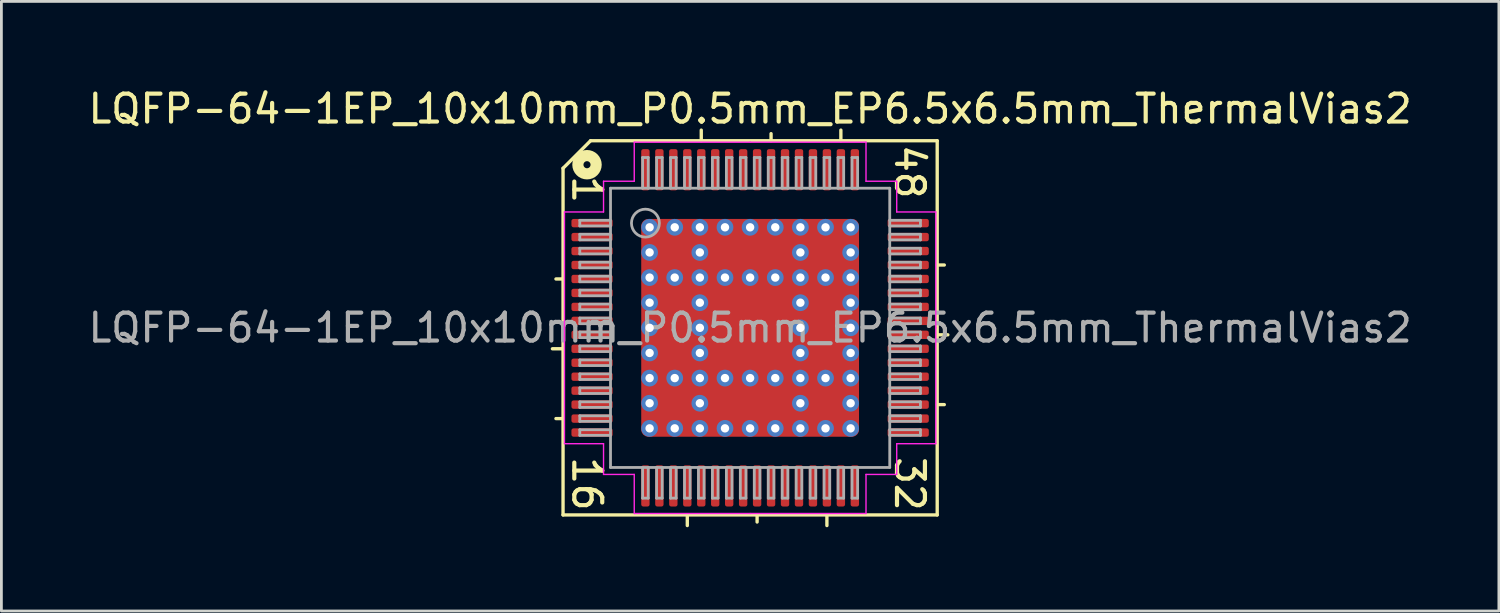
<source format=kicad_pcb>
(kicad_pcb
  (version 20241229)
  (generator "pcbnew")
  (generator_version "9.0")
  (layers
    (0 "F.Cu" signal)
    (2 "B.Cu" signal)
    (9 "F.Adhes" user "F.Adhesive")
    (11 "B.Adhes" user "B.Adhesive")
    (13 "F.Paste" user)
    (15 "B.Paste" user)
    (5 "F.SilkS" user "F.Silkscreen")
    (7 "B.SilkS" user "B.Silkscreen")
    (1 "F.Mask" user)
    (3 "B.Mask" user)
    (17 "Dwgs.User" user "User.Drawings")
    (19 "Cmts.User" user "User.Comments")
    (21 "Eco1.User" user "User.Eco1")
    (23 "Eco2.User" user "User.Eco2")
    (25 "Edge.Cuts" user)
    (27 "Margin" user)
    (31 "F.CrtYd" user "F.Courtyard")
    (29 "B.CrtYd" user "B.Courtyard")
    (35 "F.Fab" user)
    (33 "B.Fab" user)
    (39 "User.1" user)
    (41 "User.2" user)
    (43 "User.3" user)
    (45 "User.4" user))
  (footprint "LQFP-64-1EP_10x10mm_P0.5mm_EP6.5x6.5mm_ThermalVias2"
    (layer "F.Cu")
    (at 23.815 8.691)
    (property "Reference" "LQFP-64-1EP_10x10mm_P0.5mm_EP6.5x6.5mm_ThermalVias2" (at 0 -7.843 0) (layer "F.SilkS") (effects (font (size 1 1) (thickness 0.15))))
    (attr smd)
    (fp_line (start -6.7 -5.715) (end -6.7 6.7) (stroke (width 0.12) (type solid)) (layer "F.SilkS"))
    (fp_line (start -6.7 -1.75) (end -6.954 -1.75) (stroke (width 0.12) (type solid)) (layer "F.SilkS"))
    (fp_line (start -6.7 0.75) (end -7.081 0.75) (stroke (width 0.12) (type solid)) (layer "F.SilkS"))
    (fp_line (start -6.7 3.25) (end -6.954 3.25) (stroke (width 0.12) (type solid)) (layer "F.SilkS"))
    (fp_line (start -6.7 6.7) (end 6.7 6.7) (stroke (width 0.12) (type solid)) (layer "F.SilkS"))
    (fp_line (start -5.715 -6.7) (end -6.7 -5.715) (stroke (width 0.12) (type solid)) (layer "F.SilkS"))
    (fp_line (start -2.25 6.7) (end -2.25 7.081) (stroke (width 0.12) (type solid)) (layer "F.SilkS"))
    (fp_line (start -1.75 -6.7) (end -1.75 -7.081) (stroke (width 0.12) (type solid)) (layer "F.SilkS"))
    (fp_line (start 0.25 6.7) (end 0.25 6.954) (stroke (width 0.12) (type solid)) (layer "F.SilkS"))
    (fp_line (start 0.75 -6.7) (end 0.75 -6.954) (stroke (width 0.12) (type solid)) (layer "F.SilkS"))
    (fp_line (start 2.75 7.081) (end 2.75 6.7) (stroke (width 0.12) (type solid)) (layer "F.SilkS"))
    (fp_line (start 3.25 -6.7) (end 3.25 -7.081) (stroke (width 0.12) (type solid)) (layer "F.SilkS"))
    (fp_line (start 6.7 -6.7) (end -5.715 -6.7) (stroke (width 0.12) (type solid)) (layer "F.SilkS"))
    (fp_line (start 6.7 -2.25) (end 6.954 -2.25) (stroke (width 0.12) (type solid)) (layer "F.SilkS"))
    (fp_line (start 6.7 0.25) (end 7.081 0.25) (stroke (width 0.12) (type solid)) (layer "F.SilkS"))
    (fp_line (start 6.7 2.75) (end 6.954 2.75) (stroke (width 0.12) (type solid)) (layer "F.SilkS"))
    (fp_line (start 6.7 6.7) (end 6.7 -6.7) (stroke (width 0.12) (type solid)) (layer "F.SilkS"))
    (fp_circle (center -5.842 -5.842) (end -5.715 -5.842) (stroke (width 0.4) (type solid)) (fill no) (layer "F.SilkS"))
    (fp_line (start -6.65 -4.15) (end -6.65 0) (stroke (width 0.05) (type solid)) (layer "F.CrtYd"))
    (fp_line (start -6.65 4.15) (end -6.65 0) (stroke (width 0.05) (type solid)) (layer "F.CrtYd"))
    (fp_line (start -5.25 -5.25) (end -5.25 -4.15) (stroke (width 0.05) (type solid)) (layer "F.CrtYd"))
    (fp_line (start -5.25 -4.15) (end -6.65 -4.15) (stroke (width 0.05) (type solid)) (layer "F.CrtYd"))
    (fp_line (start -5.25 4.15) (end -6.65 4.15) (stroke (width 0.05) (type solid)) (layer "F.CrtYd"))
    (fp_line (start -5.25 5.25) (end -5.25 4.15) (stroke (width 0.05) (type solid)) (layer "F.CrtYd"))
    (fp_line (start -4.15 -6.65) (end -4.15 -5.25) (stroke (width 0.05) (type solid)) (layer "F.CrtYd"))
    (fp_line (start -4.15 -5.25) (end -5.25 -5.25) (stroke (width 0.05) (type solid)) (layer "F.CrtYd"))
    (fp_line (start -4.15 5.25) (end -5.25 5.25) (stroke (width 0.05) (type solid)) (layer "F.CrtYd"))
    (fp_line (start -4.15 6.65) (end -4.15 5.25) (stroke (width 0.05) (type solid)) (layer "F.CrtYd"))
    (fp_line (start 0 -6.65) (end -4.15 -6.65) (stroke (width 0.05) (type solid)) (layer "F.CrtYd"))
    (fp_line (start 0 -6.65) (end 4.15 -6.65) (stroke (width 0.05) (type solid)) (layer "F.CrtYd"))
    (fp_line (start 0 6.65) (end -4.15 6.65) (stroke (width 0.05) (type solid)) (layer "F.CrtYd"))
    (fp_line (start 0 6.65) (end 4.15 6.65) (stroke (width 0.05) (type solid)) (layer "F.CrtYd"))
    (fp_line (start 4.15 -6.65) (end 4.15 -5.25) (stroke (width 0.05) (type solid)) (layer "F.CrtYd"))
    (fp_line (start 4.15 -5.25) (end 5.25 -5.25) (stroke (width 0.05) (type solid)) (layer "F.CrtYd"))
    (fp_line (start 4.15 5.25) (end 5.25 5.25) (stroke (width 0.05) (type solid)) (layer "F.CrtYd"))
    (fp_line (start 4.15 6.65) (end 4.15 5.25) (stroke (width 0.05) (type solid)) (layer "F.CrtYd"))
    (fp_line (start 5.25 -5.25) (end 5.25 -4.15) (stroke (width 0.05) (type solid)) (layer "F.CrtYd"))
    (fp_line (start 5.25 -4.15) (end 6.65 -4.15) (stroke (width 0.05) (type solid)) (layer "F.CrtYd"))
    (fp_line (start 5.25 4.15) (end 6.65 4.15) (stroke (width 0.05) (type solid)) (layer "F.CrtYd"))
    (fp_line (start 5.25 5.25) (end 5.25 4.15) (stroke (width 0.05) (type solid)) (layer "F.CrtYd"))
    (fp_line (start 6.65 -4.15) (end 6.65 0) (stroke (width 0.05) (type solid)) (layer "F.CrtYd"))
    (fp_line (start 6.65 4.15) (end 6.65 0) (stroke (width 0.05) (type solid)) (layer "F.CrtYd"))
    (fp_line (start -6.1 -3.85) (end -6.1 -3.65) (stroke (width 0.1) (type solid)) (layer "F.Fab"))
    (fp_line (start -6.1 -3.85) (end -5 -3.85) (stroke (width 0.1) (type solid)) (layer "F.Fab"))
    (fp_line (start -6.1 -3.65) (end -5 -3.65) (stroke (width 0.1) (type solid)) (layer "F.Fab"))
    (fp_line (start -6.1 -3.35) (end -6.1 -3.15) (stroke (width 0.1) (type solid)) (layer "F.Fab"))
    (fp_line (start -6.1 -3.35) (end -5 -3.35) (stroke (width 0.1) (type solid)) (layer "F.Fab"))
    (fp_line (start -6.1 -3.15) (end -5 -3.15) (stroke (width 0.1) (type solid)) (layer "F.Fab"))
    (fp_line (start -6.1 -2.85) (end -6.1 -2.65) (stroke (width 0.1) (type solid)) (layer "F.Fab"))
    (fp_line (start -6.1 -2.85) (end -5 -2.85) (stroke (width 0.1) (type solid)) (layer "F.Fab"))
    (fp_line (start -6.1 -2.65) (end -5 -2.65) (stroke (width 0.1) (type solid)) (layer "F.Fab"))
    (fp_line (start -6.1 -2.35) (end -6.1 -2.15) (stroke (width 0.1) (type solid)) (layer "F.Fab"))
    (fp_line (start -6.1 -2.35) (end -5 -2.35) (stroke (width 0.1) (type solid)) (layer "F.Fab"))
    (fp_line (start -6.1 -2.15) (end -5 -2.15) (stroke (width 0.1) (type solid)) (layer "F.Fab"))
    (fp_line (start -6.1 -1.85) (end -6.1 -1.65) (stroke (width 0.1) (type solid)) (layer "F.Fab"))
    (fp_line (start -6.1 -1.85) (end -5 -1.85) (stroke (width 0.1) (type solid)) (layer "F.Fab"))
    (fp_line (start -6.1 -1.65) (end -5 -1.65) (stroke (width 0.1) (type solid)) (layer "F.Fab"))
    (fp_line (start -6.1 -1.35) (end -6.1 -1.15) (stroke (width 0.1) (type solid)) (layer "F.Fab"))
    (fp_line (start -6.1 -1.35) (end -5 -1.35) (stroke (width 0.1) (type solid)) (layer "F.Fab"))
    (fp_line (start -6.1 -1.15) (end -5 -1.15) (stroke (width 0.1) (type solid)) (layer "F.Fab"))
    (fp_line (start -6.1 -0.85) (end -6.1 -0.65) (stroke (width 0.1) (type solid)) (layer "F.Fab"))
    (fp_line (start -6.1 -0.85) (end -5 -0.85) (stroke (width 0.1) (type solid)) (layer "F.Fab"))
    (fp_line (start -6.1 -0.65) (end -5 -0.65) (stroke (width 0.1) (type solid)) (layer "F.Fab"))
    (fp_line (start -6.1 -0.35) (end -6.1 -0.15) (stroke (width 0.1) (type solid)) (layer "F.Fab"))
    (fp_line (start -6.1 -0.35) (end -5 -0.35) (stroke (width 0.1) (type solid)) (layer "F.Fab"))
    (fp_line (start -6.1 -0.15) (end -5 -0.15) (stroke (width 0.1) (type solid)) (layer "F.Fab"))
    (fp_line (start -6.1 0.15) (end -6.1 0.35) (stroke (width 0.1) (type solid)) (layer "F.Fab"))
    (fp_line (start -6.1 0.15) (end -5 0.15) (stroke (width 0.1) (type solid)) (layer "F.Fab"))
    (fp_line (start -6.1 0.35) (end -5 0.35) (stroke (width 0.1) (type solid)) (layer "F.Fab"))
    (fp_line (start -6.1 0.65) (end -6.1 0.85) (stroke (width 0.1) (type solid)) (layer "F.Fab"))
    (fp_line (start -6.1 0.65) (end -5 0.65) (stroke (width 0.1) (type solid)) (layer "F.Fab"))
    (fp_line (start -6.1 0.85) (end -5 0.85) (stroke (width 0.1) (type solid)) (layer "F.Fab"))
    (fp_line (start -6.1 1.15) (end -6.1 1.35) (stroke (width 0.1) (type solid)) (layer "F.Fab"))
    (fp_line (start -6.1 1.15) (end -5 1.15) (stroke (width 0.1) (type solid)) (layer "F.Fab"))
    (fp_line (start -6.1 1.35) (end -5 1.35) (stroke (width 0.1) (type solid)) (layer "F.Fab"))
    (fp_line (start -6.1 1.65) (end -6.1 1.85) (stroke (width 0.1) (type solid)) (layer "F.Fab"))
    (fp_line (start -6.1 1.65) (end -5 1.65) (stroke (width 0.1) (type solid)) (layer "F.Fab"))
    (fp_line (start -6.1 1.85) (end -5 1.85) (stroke (width 0.1) (type solid)) (layer "F.Fab"))
    (fp_line (start -6.1 2.15) (end -6.1 2.35) (stroke (width 0.1) (type solid)) (layer "F.Fab"))
    (fp_line (start -6.1 2.15) (end -5 2.15) (stroke (width 0.1) (type solid)) (layer "F.Fab"))
    (fp_line (start -6.1 2.35) (end -5 2.35) (stroke (width 0.1) (type solid)) (layer "F.Fab"))
    (fp_line (start -6.1 2.65) (end -6.1 2.85) (stroke (width 0.1) (type solid)) (layer "F.Fab"))
    (fp_line (start -6.1 2.65) (end -5 2.65) (stroke (width 0.1) (type solid)) (layer "F.Fab"))
    (fp_line (start -6.1 2.85) (end -5 2.85) (stroke (width 0.1) (type solid)) (layer "F.Fab"))
    (fp_line (start -6.1 3.15) (end -6.1 3.35) (stroke (width 0.1) (type solid)) (layer "F.Fab"))
    (fp_line (start -6.1 3.15) (end -5 3.15) (stroke (width 0.1) (type solid)) (layer "F.Fab"))
    (fp_line (start -6.1 3.35) (end -5 3.35) (stroke (width 0.1) (type solid)) (layer "F.Fab"))
    (fp_line (start -6.1 3.65) (end -6.1 3.85) (stroke (width 0.1) (type solid)) (layer "F.Fab"))
    (fp_line (start -6.1 3.65) (end -5 3.65) (stroke (width 0.1) (type solid)) (layer "F.Fab"))
    (fp_line (start -6.1 3.85) (end -5 3.85) (stroke (width 0.1) (type solid)) (layer "F.Fab"))
    (fp_line (start -5 -5) (end 5 -5) (stroke (width 0.1) (type solid)) (layer "F.Fab"))
    (fp_line (start -5 5) (end -5 -5) (stroke (width 0.1) (type solid)) (layer "F.Fab"))
    (fp_line (start -3.85 -6.1) (end -3.85 -5) (stroke (width 0.1) (type solid)) (layer "F.Fab"))
    (fp_line (start -3.85 6.1) (end -3.85 5) (stroke (width 0.1) (type solid)) (layer "F.Fab"))
    (fp_line (start -3.85 6.1) (end -3.65 6.1) (stroke (width 0.1) (type solid)) (layer "F.Fab"))
    (fp_line (start -3.65 -6.1) (end -3.85 -6.1) (stroke (width 0.1) (type solid)) (layer "F.Fab"))
    (fp_line (start -3.65 -6.1) (end -3.65 -5) (stroke (width 0.1) (type solid)) (layer "F.Fab"))
    (fp_line (start -3.65 6.1) (end -3.65 5) (stroke (width 0.1) (type solid)) (layer "F.Fab"))
    (fp_line (start -3.35 -6.1) (end -3.35 -5) (stroke (width 0.1) (type solid)) (layer "F.Fab"))
    (fp_line (start -3.35 6.1) (end -3.35 5) (stroke (width 0.1) (type solid)) (layer "F.Fab"))
    (fp_line (start -3.35 6.1) (end -3.15 6.1) (stroke (width 0.1) (type solid)) (layer "F.Fab"))
    (fp_line (start -3.15 -6.1) (end -3.35 -6.1) (stroke (width 0.1) (type solid)) (layer "F.Fab"))
    (fp_line (start -3.15 -6.1) (end -3.15 -5) (stroke (width 0.1) (type solid)) (layer "F.Fab"))
    (fp_line (start -3.15 6.1) (end -3.15 5) (stroke (width 0.1) (type solid)) (layer "F.Fab"))
    (fp_line (start -2.85 -6.1) (end -2.85 -5) (stroke (width 0.1) (type solid)) (layer "F.Fab"))
    (fp_line (start -2.85 6.1) (end -2.85 5) (stroke (width 0.1) (type solid)) (layer "F.Fab"))
    (fp_line (start -2.85 6.1) (end -2.65 6.1) (stroke (width 0.1) (type solid)) (layer "F.Fab"))
    (fp_line (start -2.65 -6.1) (end -2.85 -6.1) (stroke (width 0.1) (type solid)) (layer "F.Fab"))
    (fp_line (start -2.65 -6.1) (end -2.65 -5) (stroke (width 0.1) (type solid)) (layer "F.Fab"))
    (fp_line (start -2.65 6.1) (end -2.65 5) (stroke (width 0.1) (type solid)) (layer "F.Fab"))
    (fp_line (start -2.35 -6.1) (end -2.35 -5) (stroke (width 0.1) (type solid)) (layer "F.Fab"))
    (fp_line (start -2.35 6.1) (end -2.35 5) (stroke (width 0.1) (type solid)) (layer "F.Fab"))
    (fp_line (start -2.35 6.1) (end -2.15 6.1) (stroke (width 0.1) (type solid)) (layer "F.Fab"))
    (fp_line (start -2.15 -6.1) (end -2.35 -6.1) (stroke (width 0.1) (type solid)) (layer "F.Fab"))
    (fp_line (start -2.15 -6.1) (end -2.15 -5) (stroke (width 0.1) (type solid)) (layer "F.Fab"))
    (fp_line (start -2.15 6.1) (end -2.15 5) (stroke (width 0.1) (type solid)) (layer "F.Fab"))
    (fp_line (start -1.85 -6.1) (end -1.85 -5) (stroke (width 0.1) (type solid)) (layer "F.Fab"))
    (fp_line (start -1.85 6.1) (end -1.85 5) (stroke (width 0.1) (type solid)) (layer "F.Fab"))
    (fp_line (start -1.85 6.1) (end -1.65 6.1) (stroke (width 0.1) (type solid)) (layer "F.Fab"))
    (fp_line (start -1.65 -6.1) (end -1.85 -6.1) (stroke (width 0.1) (type solid)) (layer "F.Fab"))
    (fp_line (start -1.65 -6.1) (end -1.65 -5) (stroke (width 0.1) (type solid)) (layer "F.Fab"))
    (fp_line (start -1.65 6.1) (end -1.65 5) (stroke (width 0.1) (type solid)) (layer "F.Fab"))
    (fp_line (start -1.35 -6.1) (end -1.35 -5) (stroke (width 0.1) (type solid)) (layer "F.Fab"))
    (fp_line (start -1.35 6.1) (end -1.35 5) (stroke (width 0.1) (type solid)) (layer "F.Fab"))
    (fp_line (start -1.35 6.1) (end -1.15 6.1) (stroke (width 0.1) (type solid)) (layer "F.Fab"))
    (fp_line (start -1.15 -6.1) (end -1.35 -6.1) (stroke (width 0.1) (type solid)) (layer "F.Fab"))
    (fp_line (start -1.15 -6.1) (end -1.15 -5) (stroke (width 0.1) (type solid)) (layer "F.Fab"))
    (fp_line (start -1.15 6.1) (end -1.15 5) (stroke (width 0.1) (type solid)) (layer "F.Fab"))
    (fp_line (start -0.85 -6.1) (end -0.85 -5) (stroke (width 0.1) (type solid)) (layer "F.Fab"))
    (fp_line (start -0.85 6.1) (end -0.85 5) (stroke (width 0.1) (type solid)) (layer "F.Fab"))
    (fp_line (start -0.85 6.1) (end -0.65 6.1) (stroke (width 0.1) (type solid)) (layer "F.Fab"))
    (fp_line (start -0.65 -6.1) (end -0.85 -6.1) (stroke (width 0.1) (type solid)) (layer "F.Fab"))
    (fp_line (start -0.65 -6.1) (end -0.65 -5) (stroke (width 0.1) (type solid)) (layer "F.Fab"))
    (fp_line (start -0.65 6.1) (end -0.65 5) (stroke (width 0.1) (type solid)) (layer "F.Fab"))
    (fp_line (start -0.35 -6.1) (end -0.35 -5) (stroke (width 0.1) (type solid)) (layer "F.Fab"))
    (fp_line (start -0.35 6.1) (end -0.35 5) (stroke (width 0.1) (type solid)) (layer "F.Fab"))
    (fp_line (start -0.35 6.1) (end -0.15 6.1) (stroke (width 0.1) (type solid)) (layer "F.Fab"))
    (fp_line (start -0.15 -6.1) (end -0.35 -6.1) (stroke (width 0.1) (type solid)) (layer "F.Fab"))
    (fp_line (start -0.15 -6.1) (end -0.15 -5) (stroke (width 0.1) (type solid)) (layer "F.Fab"))
    (fp_line (start -0.15 6.1) (end -0.15 5) (stroke (width 0.1) (type solid)) (layer "F.Fab"))
    (fp_line (start 0.15 -6.1) (end 0.15 -5) (stroke (width 0.1) (type solid)) (layer "F.Fab"))
    (fp_line (start 0.15 6.1) (end 0.15 5) (stroke (width 0.1) (type solid)) (layer "F.Fab"))
    (fp_line (start 0.15 6.1) (end 0.35 6.1) (stroke (width 0.1) (type solid)) (layer "F.Fab"))
    (fp_line (start 0.35 -6.1) (end 0.15 -6.1) (stroke (width 0.1) (type solid)) (layer "F.Fab"))
    (fp_line (start 0.35 -6.1) (end 0.35 -5) (stroke (width 0.1) (type solid)) (layer "F.Fab"))
    (fp_line (start 0.35 6.1) (end 0.35 5) (stroke (width 0.1) (type solid)) (layer "F.Fab"))
    (fp_line (start 0.65 -6.1) (end 0.65 -5) (stroke (width 0.1) (type solid)) (layer "F.Fab"))
    (fp_line (start 0.65 6.1) (end 0.65 5) (stroke (width 0.1) (type solid)) (layer "F.Fab"))
    (fp_line (start 0.65 6.1) (end 0.85 6.1) (stroke (width 0.1) (type solid)) (layer "F.Fab"))
    (fp_line (start 0.85 -6.1) (end 0.65 -6.1) (stroke (width 0.1) (type solid)) (layer "F.Fab"))
    (fp_line (start 0.85 -6.1) (end 0.85 -5) (stroke (width 0.1) (type solid)) (layer "F.Fab"))
    (fp_line (start 0.85 6.1) (end 0.85 5) (stroke (width 0.1) (type solid)) (layer "F.Fab"))
    (fp_line (start 1.15 -6.1) (end 1.15 -5) (stroke (width 0.1) (type solid)) (layer "F.Fab"))
    (fp_line (start 1.15 6.1) (end 1.15 5) (stroke (width 0.1) (type solid)) (layer "F.Fab"))
    (fp_line (start 1.15 6.1) (end 1.35 6.1) (stroke (width 0.1) (type solid)) (layer "F.Fab"))
    (fp_line (start 1.35 -6.1) (end 1.15 -6.1) (stroke (width 0.1) (type solid)) (layer "F.Fab"))
    (fp_line (start 1.35 -6.1) (end 1.35 -5) (stroke (width 0.1) (type solid)) (layer "F.Fab"))
    (fp_line (start 1.35 6.1) (end 1.35 5) (stroke (width 0.1) (type solid)) (layer "F.Fab"))
    (fp_line (start 1.65 -6.1) (end 1.65 -5) (stroke (width 0.1) (type solid)) (layer "F.Fab"))
    (fp_line (start 1.65 6.1) (end 1.65 5) (stroke (width 0.1) (type solid)) (layer "F.Fab"))
    (fp_line (start 1.65 6.1) (end 1.85 6.1) (stroke (width 0.1) (type solid)) (layer "F.Fab"))
    (fp_line (start 1.85 -6.1) (end 1.65 -6.1) (stroke (width 0.1) (type solid)) (layer "F.Fab"))
    (fp_line (start 1.85 -6.1) (end 1.85 -5) (stroke (width 0.1) (type solid)) (layer "F.Fab"))
    (fp_line (start 1.85 6.1) (end 1.85 5) (stroke (width 0.1) (type solid)) (layer "F.Fab"))
    (fp_line (start 2.15 -6.1) (end 2.15 -5) (stroke (width 0.1) (type solid)) (layer "F.Fab"))
    (fp_line (start 2.15 6.1) (end 2.15 5) (stroke (width 0.1) (type solid)) (layer "F.Fab"))
    (fp_line (start 2.15 6.1) (end 2.35 6.1) (stroke (width 0.1) (type solid)) (layer "F.Fab"))
    (fp_line (start 2.35 -6.1) (end 2.15 -6.1) (stroke (width 0.1) (type solid)) (layer "F.Fab"))
    (fp_line (start 2.35 -6.1) (end 2.35 -5) (stroke (width 0.1) (type solid)) (layer "F.Fab"))
    (fp_line (start 2.35 6.1) (end 2.35 5) (stroke (width 0.1) (type solid)) (layer "F.Fab"))
    (fp_line (start 2.65 -6.1) (end 2.65 -5) (stroke (width 0.1) (type solid)) (layer "F.Fab"))
    (fp_line (start 2.65 6.1) (end 2.65 5) (stroke (width 0.1) (type solid)) (layer "F.Fab"))
    (fp_line (start 2.65 6.1) (end 2.85 6.1) (stroke (width 0.1) (type solid)) (layer "F.Fab"))
    (fp_line (start 2.85 -6.1) (end 2.65 -6.1) (stroke (width 0.1) (type solid)) (layer "F.Fab"))
    (fp_line (start 2.85 -6.1) (end 2.85 -5) (stroke (width 0.1) (type solid)) (layer "F.Fab"))
    (fp_line (start 2.85 6.1) (end 2.85 5) (stroke (width 0.1) (type solid)) (layer "F.Fab"))
    (fp_line (start 3.15 -6.1) (end 3.15 -5) (stroke (width 0.1) (type solid)) (layer "F.Fab"))
    (fp_line (start 3.15 6.1) (end 3.15 5) (stroke (width 0.1) (type solid)) (layer "F.Fab"))
    (fp_line (start 3.15 6.1) (end 3.35 6.1) (stroke (width 0.1) (type solid)) (layer "F.Fab"))
    (fp_line (start 3.35 -6.1) (end 3.15 -6.1) (stroke (width 0.1) (type solid)) (layer "F.Fab"))
    (fp_line (start 3.35 -6.1) (end 3.35 -5) (stroke (width 0.1) (type solid)) (layer "F.Fab"))
    (fp_line (start 3.35 6.1) (end 3.35 5) (stroke (width 0.1) (type solid)) (layer "F.Fab"))
    (fp_line (start 3.65 -6.1) (end 3.65 -5) (stroke (width 0.1) (type solid)) (layer "F.Fab"))
    (fp_line (start 3.65 6.1) (end 3.65 5) (stroke (width 0.1) (type solid)) (layer "F.Fab"))
    (fp_line (start 3.65 6.1) (end 3.85 6.1) (stroke (width 0.1) (type solid)) (layer "F.Fab"))
    (fp_line (start 3.85 -6.1) (end 3.65 -6.1) (stroke (width 0.1) (type solid)) (layer "F.Fab"))
    (fp_line (start 3.85 -6.1) (end 3.85 -5) (stroke (width 0.1) (type solid)) (layer "F.Fab"))
    (fp_line (start 3.85 6.1) (end 3.85 5) (stroke (width 0.1) (type solid)) (layer "F.Fab"))
    (fp_line (start 5 -5) (end 5 5) (stroke (width 0.1) (type solid)) (layer "F.Fab"))
    (fp_line (start 5 5) (end -5 5) (stroke (width 0.1) (type solid)) (layer "F.Fab"))
    (fp_line (start 6.1 -3.85) (end 5 -3.85) (stroke (width 0.1) (type solid)) (layer "F.Fab"))
    (fp_line (start 6.1 -3.65) (end 5 -3.65) (stroke (width 0.1) (type solid)) (layer "F.Fab"))
    (fp_line (start 6.1 -3.65) (end 6.1 -3.85) (stroke (width 0.1) (type solid)) (layer "F.Fab"))
    (fp_line (start 6.1 -3.35) (end 5 -3.35) (stroke (width 0.1) (type solid)) (layer "F.Fab"))
    (fp_line (start 6.1 -3.15) (end 5 -3.15) (stroke (width 0.1) (type solid)) (layer "F.Fab"))
    (fp_line (start 6.1 -3.15) (end 6.1 -3.35) (stroke (width 0.1) (type solid)) (layer "F.Fab"))
    (fp_line (start 6.1 -2.85) (end 5 -2.85) (stroke (width 0.1) (type solid)) (layer "F.Fab"))
    (fp_line (start 6.1 -2.65) (end 5 -2.65) (stroke (width 0.1) (type solid)) (layer "F.Fab"))
    (fp_line (start 6.1 -2.65) (end 6.1 -2.85) (stroke (width 0.1) (type solid)) (layer "F.Fab"))
    (fp_line (start 6.1 -2.35) (end 5 -2.35) (stroke (width 0.1) (type solid)) (layer "F.Fab"))
    (fp_line (start 6.1 -2.15) (end 5 -2.15) (stroke (width 0.1) (type solid)) (layer "F.Fab"))
    (fp_line (start 6.1 -2.15) (end 6.1 -2.35) (stroke (width 0.1) (type solid)) (layer "F.Fab"))
    (fp_line (start 6.1 -1.85) (end 5 -1.85) (stroke (width 0.1) (type solid)) (layer "F.Fab"))
    (fp_line (start 6.1 -1.65) (end 5 -1.65) (stroke (width 0.1) (type solid)) (layer "F.Fab"))
    (fp_line (start 6.1 -1.65) (end 6.1 -1.85) (stroke (width 0.1) (type solid)) (layer "F.Fab"))
    (fp_line (start 6.1 -1.35) (end 5 -1.35) (stroke (width 0.1) (type solid)) (layer "F.Fab"))
    (fp_line (start 6.1 -1.15) (end 5 -1.15) (stroke (width 0.1) (type solid)) (layer "F.Fab"))
    (fp_line (start 6.1 -1.15) (end 6.1 -1.35) (stroke (width 0.1) (type solid)) (layer "F.Fab"))
    (fp_line (start 6.1 -0.85) (end 5 -0.85) (stroke (width 0.1) (type solid)) (layer "F.Fab"))
    (fp_line (start 6.1 -0.65) (end 5 -0.65) (stroke (width 0.1) (type solid)) (layer "F.Fab"))
    (fp_line (start 6.1 -0.65) (end 6.1 -0.85) (stroke (width 0.1) (type solid)) (layer "F.Fab"))
    (fp_line (start 6.1 -0.35) (end 5 -0.35) (stroke (width 0.1) (type solid)) (layer "F.Fab"))
    (fp_line (start 6.1 -0.15) (end 5 -0.15) (stroke (width 0.1) (type solid)) (layer "F.Fab"))
    (fp_line (start 6.1 -0.15) (end 6.1 -0.35) (stroke (width 0.1) (type solid)) (layer "F.Fab"))
    (fp_line (start 6.1 0.15) (end 5 0.15) (stroke (width 0.1) (type solid)) (layer "F.Fab"))
    (fp_line (start 6.1 0.35) (end 5 0.35) (stroke (width 0.1) (type solid)) (layer "F.Fab"))
    (fp_line (start 6.1 0.35) (end 6.1 0.15) (stroke (width 0.1) (type solid)) (layer "F.Fab"))
    (fp_line (start 6.1 0.65) (end 5 0.65) (stroke (width 0.1) (type solid)) (layer "F.Fab"))
    (fp_line (start 6.1 0.85) (end 5 0.85) (stroke (width 0.1) (type solid)) (layer "F.Fab"))
    (fp_line (start 6.1 0.85) (end 6.1 0.65) (stroke (width 0.1) (type solid)) (layer "F.Fab"))
    (fp_line (start 6.1 1.15) (end 5 1.15) (stroke (width 0.1) (type solid)) (layer "F.Fab"))
    (fp_line (start 6.1 1.35) (end 5 1.35) (stroke (width 0.1) (type solid)) (layer "F.Fab"))
    (fp_line (start 6.1 1.35) (end 6.1 1.15) (stroke (width 0.1) (type solid)) (layer "F.Fab"))
    (fp_line (start 6.1 1.65) (end 5 1.65) (stroke (width 0.1) (type solid)) (layer "F.Fab"))
    (fp_line (start 6.1 1.85) (end 5 1.85) (stroke (width 0.1) (type solid)) (layer "F.Fab"))
    (fp_line (start 6.1 1.85) (end 6.1 1.65) (stroke (width 0.1) (type solid)) (layer "F.Fab"))
    (fp_line (start 6.1 2.15) (end 5 2.15) (stroke (width 0.1) (type solid)) (layer "F.Fab"))
    (fp_line (start 6.1 2.35) (end 5 2.35) (stroke (width 0.1) (type solid)) (layer "F.Fab"))
    (fp_line (start 6.1 2.35) (end 6.1 2.15) (stroke (width 0.1) (type solid)) (layer "F.Fab"))
    (fp_line (start 6.1 2.65) (end 5 2.65) (stroke (width 0.1) (type solid)) (layer "F.Fab"))
    (fp_line (start 6.1 2.85) (end 5 2.85) (stroke (width 0.1) (type solid)) (layer "F.Fab"))
    (fp_line (start 6.1 2.85) (end 6.1 2.65) (stroke (width 0.1) (type solid)) (layer "F.Fab"))
    (fp_line (start 6.1 3.15) (end 5 3.15) (stroke (width 0.1) (type solid)) (layer "F.Fab"))
    (fp_line (start 6.1 3.35) (end 5 3.35) (stroke (width 0.1) (type solid)) (layer "F.Fab"))
    (fp_line (start 6.1 3.35) (end 6.1 3.15) (stroke (width 0.1) (type solid)) (layer "F.Fab"))
    (fp_line (start 6.1 3.65) (end 5 3.65) (stroke (width 0.1) (type solid)) (layer "F.Fab"))
    (fp_line (start 6.1 3.85) (end 5 3.85) (stroke (width 0.1) (type solid)) (layer "F.Fab"))
    (fp_line (start 6.1 3.85) (end 6.1 3.65) (stroke (width 0.1) (type solid)) (layer "F.Fab"))
    (fp_circle (center -3.75 -3.75) (end -3.25 -3.75) (stroke (width 0.1) (type solid)) (fill no) (layer "F.Fab"))
    (fp_text user "1" (at -5.842 -4.953 270) (unlocked yes) (layer "F.SilkS") (effects (font (size 1 1) (thickness 0.15))))
    (fp_text user "32" (at 5.715 5.588 270) (unlocked yes) (layer "F.SilkS") (effects (font (size 1 1) (thickness 0.15))))
    (fp_text user "16" (at -5.842 5.588 270) (unlocked yes) (layer "F.SilkS") (effects (font (size 1 1) (thickness 0.15))))
    (fp_text user "48" (at 5.715 -5.588 270) (unlocked yes) (layer "F.SilkS") (effects (font (size 1 1) (thickness 0.15))))
    (fp_text user "${REFERENCE}" (at 0 0 0) (layer "F.Fab") (effects (font (size 1 1) (thickness 0.15))))
    (pad "" smd roundrect (at -2.675 -2.675 90) (size 0.85 0.85) (layers "F.Paste") (roundrect_rratio 0.25))
    (pad "" smd roundrect (at -2.675 -2.675 90) (size 1.15 1.15) (layers "F.Mask") (roundrect_rratio 0.217))
    (pad "" smd roundrect (at -2.675 -0.975 180) (size 0.85 0.75) (layers "F.Paste") (roundrect_rratio 0.25))
    (pad "" smd roundrect (at -2.675 0 180) (size 0.85 0.8) (layers "F.Paste") (roundrect_rratio 0.25))
    (pad "" smd roundrect (at -2.675 0) (size 1.15 3) (layers "F.Mask") (roundrect_rratio 0.217))
    (pad "" smd roundrect (at -2.675 0.975 180) (size 0.85 0.75) (layers "F.Paste") (roundrect_rratio 0.25))
    (pad "" smd roundrect (at -2.675 2.675 90) (size 0.85 0.85) (layers "F.Paste") (roundrect_rratio 0.25))
    (pad "" smd roundrect (at -2.675 2.675 90) (size 1.15 1.15) (layers "F.Mask") (roundrect_rratio 0.217))
    (pad "" smd roundrect (at -0.975 -2.675 90) (size 0.85 0.75) (layers "F.Paste") (roundrect_rratio 0.25))
    (pad "" smd roundrect (at -0.975 -0.975 90) (size 0.75 0.75) (layers "F.Paste") (roundrect_rratio 0.25))
    (pad "" smd roundrect (at -0.975 0 90) (size 0.8 0.75) (layers "F.Paste") (roundrect_rratio 0.25))
    (pad "" smd roundrect (at -0.975 0.975 90) (size 0.75 0.75) (layers "F.Paste") (roundrect_rratio 0.25))
    (pad "" smd roundrect (at -0.975 2.675 90) (size 0.85 0.75) (layers "F.Paste") (roundrect_rratio 0.25))
    (pad "" smd roundrect (at 0 -2.675 90) (size 0.85 0.8) (layers "F.Paste") (roundrect_rratio 0.25))
    (pad "" smd roundrect (at 0 -2.675 90) (size 1.15 3) (layers "F.Mask") (roundrect_rratio 0.217))
    (pad "" smd roundrect (at 0 -0.975 90) (size 0.75 0.8) (layers "F.Paste") (roundrect_rratio 0.25))
    (pad "" smd roundrect (at 0 0 90) (size 0.8 0.8) (layers "F.Paste") (roundrect_rratio 0.25))
    (pad "" smd roundrect (at 0 0) (size 3 3) (layers "F.Mask") (roundrect_rratio 0.083))
    (pad "" smd roundrect (at 0 0.975 90) (size 0.75 0.8) (layers "F.Paste") (roundrect_rratio 0.25))
    (pad "" smd roundrect (at 0 2.675 90) (size 0.85 0.8) (layers "F.Paste") (roundrect_rratio 0.25))
    (pad "" smd roundrect (at 0 2.675 90) (size 1.15 3) (layers "F.Mask") (roundrect_rratio 0.217))
    (pad "" smd roundrect (at 0.975 -2.675 90) (size 0.85 0.75) (layers "F.Paste") (roundrect_rratio 0.25))
    (pad "" smd roundrect (at 0.975 -0.975 90) (size 0.75 0.75) (layers "F.Paste") (roundrect_rratio 0.25))
    (pad "" smd roundrect (at 0.975 0 90) (size 0.8 0.75) (layers "F.Paste") (roundrect_rratio 0.25))
    (pad "" smd roundrect (at 0.975 0.975 90) (size 0.75 0.75) (layers "F.Paste") (roundrect_rratio 0.25))
    (pad "" smd roundrect (at 0.975 2.675 90) (size 0.85 0.75) (layers "F.Paste") (roundrect_rratio 0.25))
    (pad "" smd roundrect (at 2.675 -2.675 90) (size 0.85 0.85) (layers "F.Paste") (roundrect_rratio 0.25))
    (pad "" smd roundrect (at 2.675 -2.675 90) (size 1.15 1.15) (layers "F.Mask") (roundrect_rratio 0.217))
    (pad "" smd roundrect (at 2.675 -0.975 180) (size 0.85 0.75) (layers "F.Paste") (roundrect_rratio 0.25))
    (pad "" smd roundrect (at 2.675 0 180) (size 0.85 0.8) (layers "F.Paste") (roundrect_rratio 0.25))
    (pad "" smd roundrect (at 2.675 0) (size 1.15 3) (layers "F.Mask") (roundrect_rratio 0.217))
    (pad "" smd roundrect (at 2.675 0.975 180) (size 0.85 0.75) (layers "F.Paste") (roundrect_rratio 0.25))
    (pad "" smd roundrect (at 2.675 2.675 90) (size 0.85 0.85) (layers "F.Paste") (roundrect_rratio 0.25))
    (pad "" smd roundrect (at 2.675 2.675 90) (size 1.15 1.15) (layers "F.Mask") (roundrect_rratio 0.217))
    (pad "1" smd roundrect (at -5.662 -3.75) (size 1.475 0.3) (layers "F.Cu" "F.Mask" "F.Paste") (roundrect_rratio 0.25))
    (pad "2" smd roundrect (at -5.662 -3.25) (size 1.475 0.3) (layers "F.Cu" "F.Mask" "F.Paste") (roundrect_rratio 0.25))
    (pad "3" smd roundrect (at -5.662 -2.75) (size 1.475 0.3) (layers "F.Cu" "F.Mask" "F.Paste") (roundrect_rratio 0.25))
    (pad "4" smd roundrect (at -5.662 -2.25) (size 1.475 0.3) (layers "F.Cu" "F.Mask" "F.Paste") (roundrect_rratio 0.25))
    (pad "5" smd roundrect (at -5.662 -1.75) (size 1.475 0.3) (layers "F.Cu" "F.Mask" "F.Paste") (roundrect_rratio 0.25))
    (pad "6" smd roundrect (at -5.662 -1.25) (size 1.475 0.3) (layers "F.Cu" "F.Mask" "F.Paste") (roundrect_rratio 0.25))
    (pad "7" smd roundrect (at -5.662 -0.75) (size 1.475 0.3) (layers "F.Cu" "F.Mask" "F.Paste") (roundrect_rratio 0.25))
    (pad "8" smd roundrect (at -5.662 -0.25) (size 1.475 0.3) (layers "F.Cu" "F.Mask" "F.Paste") (roundrect_rratio 0.25))
    (pad "9" smd roundrect (at -5.662 0.25) (size 1.475 0.3) (layers "F.Cu" "F.Mask" "F.Paste") (roundrect_rratio 0.25))
    (pad "10" smd roundrect (at -5.662 0.75) (size 1.475 0.3) (layers "F.Cu" "F.Mask" "F.Paste") (roundrect_rratio 0.25))
    (pad "11" smd roundrect (at -5.662 1.25) (size 1.475 0.3) (layers "F.Cu" "F.Mask" "F.Paste") (roundrect_rratio 0.25))
    (pad "12" smd roundrect (at -5.662 1.75) (size 1.475 0.3) (layers "F.Cu" "F.Mask" "F.Paste") (roundrect_rratio 0.25))
    (pad "13" smd roundrect (at -5.662 2.25) (size 1.475 0.3) (layers "F.Cu" "F.Mask" "F.Paste") (roundrect_rratio 0.25))
    (pad "14" smd roundrect (at -5.662 2.75) (size 1.475 0.3) (layers "F.Cu" "F.Mask" "F.Paste") (roundrect_rratio 0.25))
    (pad "15" smd roundrect (at -5.662 3.25) (size 1.475 0.3) (layers "F.Cu" "F.Mask" "F.Paste") (roundrect_rratio 0.25))
    (pad "16" smd roundrect (at -5.662 3.75) (size 1.475 0.3) (layers "F.Cu" "F.Mask" "F.Paste") (roundrect_rratio 0.25))
    (pad "17" smd roundrect (at -3.75 5.662) (size 0.3 1.475) (layers "F.Cu" "F.Mask" "F.Paste") (roundrect_rratio 0.25))
    (pad "18" smd roundrect (at -3.25 5.662) (size 0.3 1.475) (layers "F.Cu" "F.Mask" "F.Paste") (roundrect_rratio 0.25))
    (pad "19" smd roundrect (at -2.75 5.662) (size 0.3 1.475) (layers "F.Cu" "F.Mask" "F.Paste") (roundrect_rratio 0.25))
    (pad "20" smd roundrect (at -2.25 5.662) (size 0.3 1.475) (layers "F.Cu" "F.Mask" "F.Paste") (roundrect_rratio 0.25))
    (pad "21" smd roundrect (at -1.75 5.662) (size 0.3 1.475) (layers "F.Cu" "F.Mask" "F.Paste") (roundrect_rratio 0.25))
    (pad "22" smd roundrect (at -1.25 5.662) (size 0.3 1.475) (layers "F.Cu" "F.Mask" "F.Paste") (roundrect_rratio 0.25))
    (pad "23" smd roundrect (at -0.75 5.662) (size 0.3 1.475) (layers "F.Cu" "F.Mask" "F.Paste") (roundrect_rratio 0.25))
    (pad "24" smd roundrect (at -0.25 5.662) (size 0.3 1.475) (layers "F.Cu" "F.Mask" "F.Paste") (roundrect_rratio 0.25))
    (pad "25" smd roundrect (at 0.25 5.662) (size 0.3 1.475) (layers "F.Cu" "F.Mask" "F.Paste") (roundrect_rratio 0.25))
    (pad "26" smd roundrect (at 0.75 5.662) (size 0.3 1.475) (layers "F.Cu" "F.Mask" "F.Paste") (roundrect_rratio 0.25))
    (pad "27" smd roundrect (at 1.25 5.662) (size 0.3 1.475) (layers "F.Cu" "F.Mask" "F.Paste") (roundrect_rratio 0.25))
    (pad "28" smd roundrect (at 1.75 5.662) (size 0.3 1.475) (layers "F.Cu" "F.Mask" "F.Paste") (roundrect_rratio 0.25))
    (pad "29" smd roundrect (at 2.25 5.662) (size 0.3 1.475) (layers "F.Cu" "F.Mask" "F.Paste") (roundrect_rratio 0.25))
    (pad "30" smd roundrect (at 2.75 5.662) (size 0.3 1.475) (layers "F.Cu" "F.Mask" "F.Paste") (roundrect_rratio 0.25))
    (pad "31" smd roundrect (at 3.25 5.662) (size 0.3 1.475) (layers "F.Cu" "F.Mask" "F.Paste") (roundrect_rratio 0.25))
    (pad "32" smd roundrect (at 3.75 5.662) (size 0.3 1.475) (layers "F.Cu" "F.Mask" "F.Paste") (roundrect_rratio 0.25))
    (pad "33" smd roundrect (at 5.662 3.75) (size 1.475 0.3) (layers "F.Cu" "F.Mask" "F.Paste") (roundrect_rratio 0.25))
    (pad "34" smd roundrect (at 5.662 3.25) (size 1.475 0.3) (layers "F.Cu" "F.Mask" "F.Paste") (roundrect_rratio 0.25))
    (pad "35" smd roundrect (at 5.662 2.75) (size 1.475 0.3) (layers "F.Cu" "F.Mask" "F.Paste") (roundrect_rratio 0.25))
    (pad "36" smd roundrect (at 5.662 2.25) (size 1.475 0.3) (layers "F.Cu" "F.Mask" "F.Paste") (roundrect_rratio 0.25))
    (pad "37" smd roundrect (at 5.662 1.75) (size 1.475 0.3) (layers "F.Cu" "F.Mask" "F.Paste") (roundrect_rratio 0.25))
    (pad "38" smd roundrect (at 5.662 1.25) (size 1.475 0.3) (layers "F.Cu" "F.Mask" "F.Paste") (roundrect_rratio 0.25))
    (pad "39" smd roundrect (at 5.662 0.75) (size 1.475 0.3) (layers "F.Cu" "F.Mask" "F.Paste") (roundrect_rratio 0.25))
    (pad "40" smd roundrect (at 5.662 0.25) (size 1.475 0.3) (layers "F.Cu" "F.Mask" "F.Paste") (roundrect_rratio 0.25))
    (pad "41" smd roundrect (at 5.662 -0.25) (size 1.475 0.3) (layers "F.Cu" "F.Mask" "F.Paste") (roundrect_rratio 0.25))
    (pad "42" smd roundrect (at 5.662 -0.75) (size 1.475 0.3) (layers "F.Cu" "F.Mask" "F.Paste") (roundrect_rratio 0.25))
    (pad "43" smd roundrect (at 5.662 -1.25) (size 1.475 0.3) (layers "F.Cu" "F.Mask" "F.Paste") (roundrect_rratio 0.25))
    (pad "44" smd roundrect (at 5.662 -1.75) (size 1.475 0.3) (layers "F.Cu" "F.Mask" "F.Paste") (roundrect_rratio 0.25))
    (pad "45" smd roundrect (at 5.662 -2.25) (size 1.475 0.3) (layers "F.Cu" "F.Mask" "F.Paste") (roundrect_rratio 0.25))
    (pad "46" smd roundrect (at 5.662 -2.75) (size 1.475 0.3) (layers "F.Cu" "F.Mask" "F.Paste") (roundrect_rratio 0.25))
    (pad "47" smd roundrect (at 5.662 -3.25) (size 1.475 0.3) (layers "F.Cu" "F.Mask" "F.Paste") (roundrect_rratio 0.25))
    (pad "48" smd roundrect (at 5.662 -3.75) (size 1.475 0.3) (layers "F.Cu" "F.Mask" "F.Paste") (roundrect_rratio 0.25))
    (pad "49" smd roundrect (at 3.75 -5.662) (size 0.3 1.475) (layers "F.Cu" "F.Mask" "F.Paste") (roundrect_rratio 0.25))
    (pad "50" smd roundrect (at 3.25 -5.662) (size 0.3 1.475) (layers "F.Cu" "F.Mask" "F.Paste") (roundrect_rratio 0.25))
    (pad "51" smd roundrect (at 2.75 -5.662) (size 0.3 1.475) (layers "F.Cu" "F.Mask" "F.Paste") (roundrect_rratio 0.25))
    (pad "52" smd roundrect (at 2.25 -5.662) (size 0.3 1.475) (layers "F.Cu" "F.Mask" "F.Paste") (roundrect_rratio 0.25))
    (pad "53" smd roundrect (at 1.75 -5.662) (size 0.3 1.475) (layers "F.Cu" "F.Mask" "F.Paste") (roundrect_rratio 0.25))
    (pad "54" smd roundrect (at 1.25 -5.662) (size 0.3 1.475) (layers "F.Cu" "F.Mask" "F.Paste") (roundrect_rratio 0.25))
    (pad "55" smd roundrect (at 0.75 -5.662) (size 0.3 1.475) (layers "F.Cu" "F.Mask" "F.Paste") (roundrect_rratio 0.25))
    (pad "56" smd roundrect (at 0.25 -5.662) (size 0.3 1.475) (layers "F.Cu" "F.Mask" "F.Paste") (roundrect_rratio 0.25))
    (pad "57" smd roundrect (at -0.25 -5.662) (size 0.3 1.475) (layers "F.Cu" "F.Mask" "F.Paste") (roundrect_rratio 0.25))
    (pad "58" smd roundrect (at -0.75 -5.662) (size 0.3 1.475) (layers "F.Cu" "F.Mask" "F.Paste") (roundrect_rratio 0.25))
    (pad "59" smd roundrect (at -1.25 -5.662) (size 0.3 1.475) (layers "F.Cu" "F.Mask" "F.Paste") (roundrect_rratio 0.25))
    (pad "60" smd roundrect (at -1.75 -5.662) (size 0.3 1.475) (layers "F.Cu" "F.Mask" "F.Paste") (roundrect_rratio 0.25))
    (pad "61" smd roundrect (at -2.25 -5.662) (size 0.3 1.475) (layers "F.Cu" "F.Mask" "F.Paste") (roundrect_rratio 0.25))
    (pad "62" smd roundrect (at -2.75 -5.662) (size 0.3 1.475) (layers "F.Cu" "F.Mask" "F.Paste") (roundrect_rratio 0.25))
    (pad "63" smd roundrect (at -3.25 -5.662) (size 0.3 1.475) (layers "F.Cu" "F.Mask" "F.Paste") (roundrect_rratio 0.25))
    (pad "64" smd roundrect (at -3.75 -5.662) (size 0.3 1.475) (layers "F.Cu" "F.Mask" "F.Paste") (roundrect_rratio 0.25))
    (pad "65" thru_hole circle (at -3.6 -3.6) (size 0.6 0.6) (drill 0.3) (property pad_prop_heatsink) (layers "*.Cu" "*.Mask"))
    (pad "65" thru_hole circle (at -3.6 -2.7) (size 0.6 0.6) (drill 0.3) (property pad_prop_heatsink) (layers "*.Cu" "*.Mask"))
    (pad "65" thru_hole circle (at -3.6 -1.8) (size 0.6 0.6) (drill 0.3) (property pad_prop_heatsink) (layers "*.Cu" "*.Mask"))
    (pad "65" thru_hole circle (at -3.6 -0.9) (size 0.6 0.6) (drill 0.3) (property pad_prop_heatsink) (layers "*.Cu" "*.Mask"))
    (pad "65" thru_hole circle (at -3.6 0) (size 0.6 0.6) (drill 0.3) (property pad_prop_heatsink) (layers "*.Cu" "*.Mask"))
    (pad "65" thru_hole circle (at -3.6 0.9) (size 0.6 0.6) (drill 0.3) (property pad_prop_heatsink) (layers "*.Cu" "*.Mask"))
    (pad "65" thru_hole circle (at -3.6 1.8) (size 0.6 0.6) (drill 0.3) (property pad_prop_heatsink) (layers "*.Cu" "*.Mask"))
    (pad "65" thru_hole circle (at -3.6 2.7) (size 0.6 0.6) (drill 0.3) (property pad_prop_heatsink) (layers "*.Cu" "*.Mask"))
    (pad "65" thru_hole circle (at -3.6 3.6) (size 0.6 0.6) (drill 0.3) (property pad_prop_heatsink) (layers "*.Cu" "*.Mask"))
    (pad "65" thru_hole circle (at -2.7 -3.6) (size 0.6 0.6) (drill 0.3) (property pad_prop_heatsink) (layers "*.Cu" "*.Mask"))
    (pad "65" thru_hole circle (at -2.7 -1.8) (size 0.6 0.6) (drill 0.3) (property pad_prop_heatsink) (layers "*.Cu" "*.Mask"))
    (pad "65" thru_hole circle (at -2.7 1.8) (size 0.6 0.6) (drill 0.3) (property pad_prop_heatsink) (layers "*.Cu" "*.Mask"))
    (pad "65" thru_hole circle (at -2.7 3.6) (size 0.6 0.6) (drill 0.3) (property pad_prop_heatsink) (layers "*.Cu" "*.Mask"))
    (pad "65" thru_hole circle (at -1.8 -3.6) (size 0.6 0.6) (drill 0.3) (property pad_prop_heatsink) (layers "*.Cu" "*.Mask"))
    (pad "65" thru_hole circle (at -1.8 -2.7) (size 0.6 0.6) (drill 0.3) (property pad_prop_heatsink) (layers "*.Cu" "*.Mask"))
    (pad "65" thru_hole circle (at -1.8 -1.8) (size 0.6 0.6) (drill 0.3) (property pad_prop_heatsink) (layers "*.Cu" "*.Mask"))
    (pad "65" thru_hole circle (at -1.8 -0.9) (size 0.6 0.6) (drill 0.3) (property pad_prop_heatsink) (layers "*.Cu" "*.Mask"))
    (pad "65" thru_hole circle (at -1.8 0) (size 0.6 0.6) (drill 0.3) (property pad_prop_heatsink) (layers "*.Cu" "*.Mask"))
    (pad "65" thru_hole circle (at -1.8 0.9) (size 0.6 0.6) (drill 0.3) (property pad_prop_heatsink) (layers "*.Cu" "*.Mask"))
    (pad "65" thru_hole circle (at -1.8 1.8) (size 0.6 0.6) (drill 0.3) (property pad_prop_heatsink) (layers "*.Cu" "*.Mask"))
    (pad "65" thru_hole circle (at -1.8 2.7) (size 0.6 0.6) (drill 0.3) (property pad_prop_heatsink) (layers "*.Cu" "*.Mask"))
    (pad "65" thru_hole circle (at -1.8 3.6) (size 0.6 0.6) (drill 0.3) (property pad_prop_heatsink) (layers "*.Cu" "*.Mask"))
    (pad "65" thru_hole circle (at -0.9 -3.6) (size 0.6 0.6) (drill 0.3) (property pad_prop_heatsink) (layers "*.Cu" "*.Mask"))
    (pad "65" thru_hole circle (at -0.9 -1.8) (size 0.6 0.6) (drill 0.3) (property pad_prop_heatsink) (layers "*.Cu" "*.Mask"))
    (pad "65" thru_hole circle (at -0.9 1.8) (size 0.6 0.6) (drill 0.3) (property pad_prop_heatsink) (layers "*.Cu" "*.Mask"))
    (pad "65" thru_hole circle (at -0.9 3.6) (size 0.6 0.6) (drill 0.3) (property pad_prop_heatsink) (layers "*.Cu" "*.Mask"))
    (pad "65" thru_hole circle (at 0 -3.6) (size 0.6 0.6) (drill 0.3) (property pad_prop_heatsink) (layers "*.Cu" "*.Mask"))
    (pad "65" thru_hole circle (at 0 -1.8) (size 0.6 0.6) (drill 0.3) (property pad_prop_heatsink) (layers "*.Cu" "*.Mask"))
    (pad "65" smd roundrect (at 0 0) (size 7.8 7.8) (layers "F.Cu") (roundrect_rratio 0.032))
    (pad "65" thru_hole circle (at 0 1.8) (size 0.6 0.6) (drill 0.3) (property pad_prop_heatsink) (layers "*.Cu" "*.Mask"))
    (pad "65" thru_hole circle (at 0 3.6) (size 0.6 0.6) (drill 0.3) (property pad_prop_heatsink) (layers "*.Cu" "*.Mask"))
    (pad "65" thru_hole circle (at 0.9 -3.6) (size 0.6 0.6) (drill 0.3) (property pad_prop_heatsink) (layers "*.Cu" "*.Mask"))
    (pad "65" thru_hole circle (at 0.9 -1.8) (size 0.6 0.6) (drill 0.3) (property pad_prop_heatsink) (layers "*.Cu" "*.Mask"))
    (pad "65" thru_hole circle (at 0.9 1.8) (size 0.6 0.6) (drill 0.3) (property pad_prop_heatsink) (layers "*.Cu" "*.Mask"))
    (pad "65" thru_hole circle (at 0.9 3.6) (size 0.6 0.6) (drill 0.3) (property pad_prop_heatsink) (layers "*.Cu" "*.Mask"))
    (pad "65" thru_hole circle (at 1.8 -3.6) (size 0.6 0.6) (drill 0.3) (property pad_prop_heatsink) (layers "*.Cu" "*.Mask"))
    (pad "65" thru_hole circle (at 1.8 -2.7) (size 0.6 0.6) (drill 0.3) (property pad_prop_heatsink) (layers "*.Cu" "*.Mask"))
    (pad "65" thru_hole circle (at 1.8 -1.8 90) (size 0.6 0.6) (drill 0.3) (property pad_prop_heatsink) (layers "*.Cu" "*.Mask"))
    (pad "65" thru_hole circle (at 1.8 -0.9) (size 0.6 0.6) (drill 0.3) (property pad_prop_heatsink) (layers "*.Cu" "*.Mask"))
    (pad "65" thru_hole circle (at 1.8 0) (size 0.6 0.6) (drill 0.3) (property pad_prop_heatsink) (layers "*.Cu" "*.Mask"))
    (pad "65" thru_hole circle (at 1.8 0.9) (size 0.6 0.6) (drill 0.3) (property pad_prop_heatsink) (layers "*.Cu" "*.Mask"))
    (pad "65" thru_hole circle (at 1.8 1.8) (size 0.6 0.6) (drill 0.3) (property pad_prop_heatsink) (layers "*.Cu" "*.Mask"))
    (pad "65" thru_hole circle (at 1.8 2.7) (size 0.6 0.6) (drill 0.3) (property pad_prop_heatsink) (layers "*.Cu" "*.Mask"))
    (pad "65" thru_hole circle (at 1.8 3.6) (size 0.6 0.6) (drill 0.3) (property pad_prop_heatsink) (layers "*.Cu" "*.Mask"))
    (pad "65" thru_hole circle (at 2.7 -3.6) (size 0.6 0.6) (drill 0.3) (property pad_prop_heatsink) (layers "*.Cu" "*.Mask"))
    (pad "65" thru_hole circle (at 2.7 -1.8) (size 0.6 0.6) (drill 0.3) (property pad_prop_heatsink) (layers "*.Cu" "*.Mask"))
    (pad "65" thru_hole circle (at 2.7 1.8) (size 0.6 0.6) (drill 0.3) (property pad_prop_heatsink) (layers "*.Cu" "*.Mask"))
    (pad "65" thru_hole circle (at 2.7 3.6) (size 0.6 0.6) (drill 0.3) (property pad_prop_heatsink) (layers "*.Cu" "*.Mask"))
    (pad "65" thru_hole circle (at 3.6 -3.6) (size 0.6 0.6) (drill 0.3) (property pad_prop_heatsink) (layers "*.Cu" "*.Mask"))
    (pad "65" thru_hole circle (at 3.6 -2.7) (size 0.6 0.6) (drill 0.3) (property pad_prop_heatsink) (layers "*.Cu" "*.Mask"))
    (pad "65" thru_hole circle (at 3.6 -1.8) (size 0.6 0.6) (drill 0.3) (property pad_prop_heatsink) (layers "*.Cu" "*.Mask"))
    (pad "65" thru_hole circle (at 3.6 -0.9) (size 0.6 0.6) (drill 0.3) (property pad_prop_heatsink) (layers "*.Cu" "*.Mask"))
    (pad "65" thru_hole circle (at 3.6 0) (size 0.6 0.6) (drill 0.3) (property pad_prop_heatsink) (layers "*.Cu" "*.Mask"))
    (pad "65" thru_hole circle (at 3.6 0.9) (size 0.6 0.6) (drill 0.3) (property pad_prop_heatsink) (layers "*.Cu" "*.Mask"))
    (pad "65" thru_hole circle (at 3.6 1.8) (size 0.6 0.6) (drill 0.3) (property pad_prop_heatsink) (layers "*.Cu" "*.Mask"))
    (pad "65" thru_hole circle (at 3.6 2.7) (size 0.6 0.6) (drill 0.3) (property pad_prop_heatsink) (layers "*.Cu" "*.Mask"))
    (pad "65" thru_hole circle (at 3.6 3.6) (size 0.6 0.6) (drill 0.3) (property pad_prop_heatsink) (layers "*.Cu" "*.Mask")))
  (gr_rect
    (start -3 -3)
    (end 50.631 18.832)
    (stroke (width 0.1) (type default))
    (fill no)
    (layer "Edge.Cuts")))
</source>
